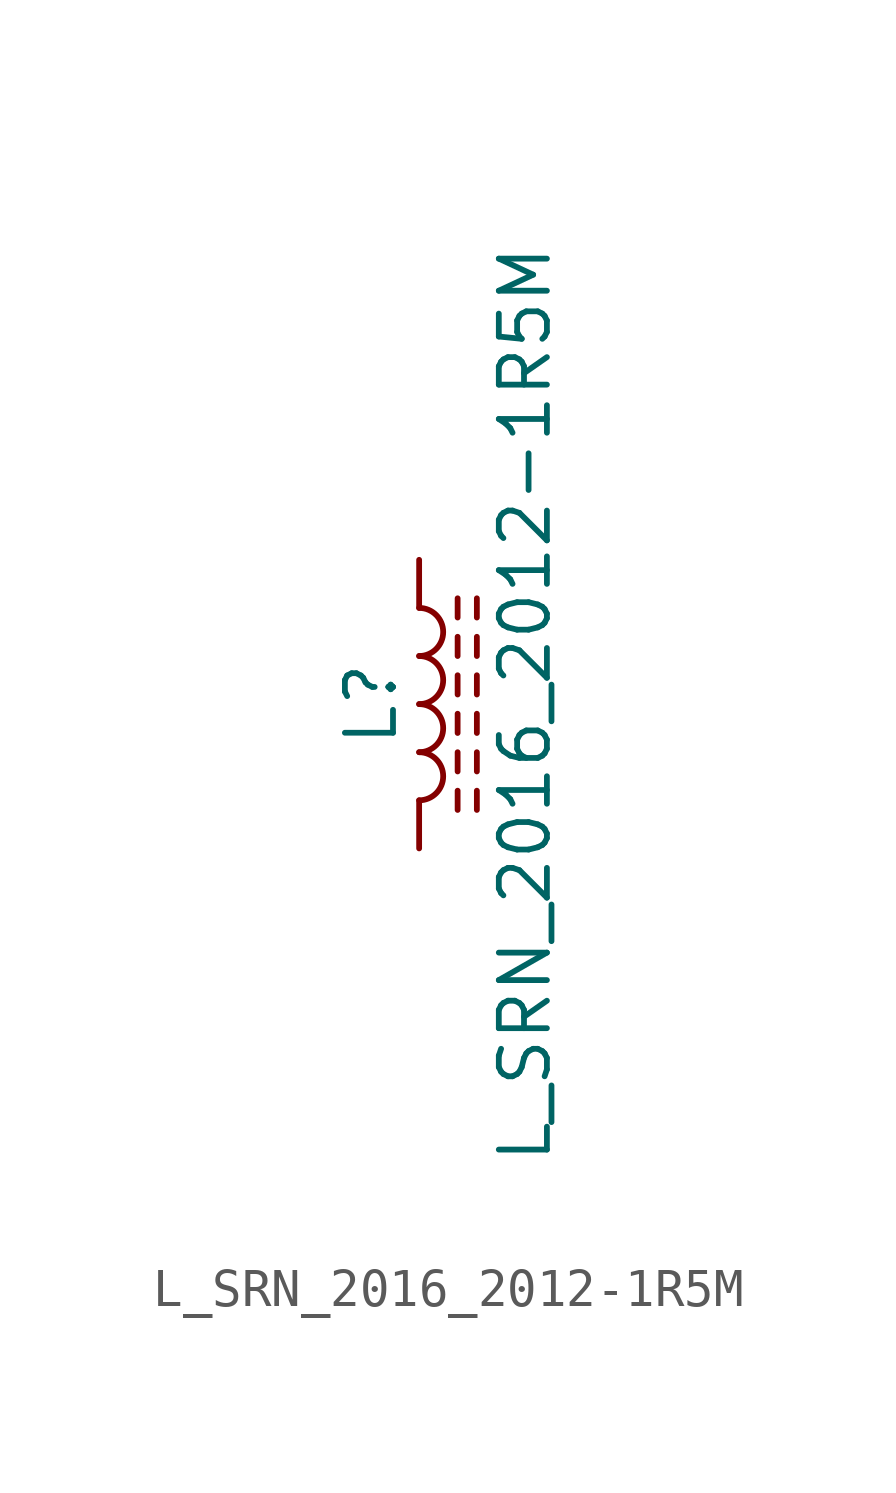
<source format=kicad_sym>
(kicad_symbol_lib
  (version 20211014)
  (generator kicad_symbol_editor)
  (symbol "L_SRN_2016_2012-1R5M"
    (pin_numbers hide)
    (pin_names
      (offset 1.016) hide)
    (property "Reference" "L"
      (at -1.27 0 90)
      (effects (font (size 1.27 1.27))))
    (property "Value" "L_SRN_2016_2012-1R5M"
      (at 2.794 0 90)
      (effects (font (size 1.27 1.27))))
    (symbol "L_SRN_2016_2012-1R5M_0_1"
      (arc (start 0 -2.54) (mid 0.635 -1.905) (end 0 -1.27) (stroke (width 0) (type default) (color 0 0 0 0)) (fill (type none)))
      (arc (start 0 -1.27) (mid 0.635 -0.635) (end 0 0) (stroke (width 0) (type default) (color 0 0 0 0)) (fill (type none)))
      (polyline (pts (xy 1.016 -2.794) (xy 1.016 -2.286)) (stroke (width 0) (type default) (color 0 0 0 0)) (fill (type none)))
      (polyline (pts (xy 1.016 -1.778) (xy 1.016 -1.27)) (stroke (width 0) (type default) (color 0 0 0 0)) (fill (type none)))
      (polyline (pts (xy 1.016 -0.762) (xy 1.016 -0.254)) (stroke (width 0) (type default) (color 0 0 0 0)) (fill (type none)))
      (polyline (pts (xy 1.016 0.254) (xy 1.016 0.762)) (stroke (width 0) (type default) (color 0 0 0 0)) (fill (type none)))
      (polyline (pts (xy 1.016 1.27) (xy 1.016 1.778)) (stroke (width 0) (type default) (color 0 0 0 0)) (fill (type none)))
      (polyline (pts (xy 1.016 2.286) (xy 1.016 2.794)) (stroke (width 0) (type default) (color 0 0 0 0)) (fill (type none)))
      (polyline (pts (xy 1.524 -2.286) (xy 1.524 -2.794)) (stroke (width 0) (type default) (color 0 0 0 0)) (fill (type none)))
      (polyline (pts (xy 1.524 -1.27) (xy 1.524 -1.778)) (stroke (width 0) (type default) (color 0 0 0 0)) (fill (type none)))
      (polyline (pts (xy 1.524 -0.254) (xy 1.524 -0.762)) (stroke (width 0) (type default) (color 0 0 0 0)) (fill (type none)))
      (polyline (pts (xy 1.524 0.762) (xy 1.524 0.254)) (stroke (width 0) (type default) (color 0 0 0 0)) (fill (type none)))
      (polyline (pts (xy 1.524 1.778) (xy 1.524 1.27)) (stroke (width 0) (type default) (color 0 0 0 0)) (fill (type none)))
      (polyline (pts (xy 1.524 2.794) (xy 1.524 2.286)) (stroke (width 0) (type default) (color 0 0 0 0)) (fill (type none)))
      (arc (start 0 0) (mid 0.635 0.635) (end 0 1.27) (stroke (width 0) (type default) (color 0 0 0 0)) (fill (type none)))
      (arc (start 0 1.27) (mid 0.635 1.905) (end 0 2.54) (stroke (width 0) (type default) (color 0 0 0 0)) (fill (type none))))
    (symbol "L_SRN_2016_2012-1R5M_1_1"
      (pin passive line (at 0 3.81 270) (length 1.27) (name "1" (effects (font (size 1.27 1.27)))) (number "1" (effects (font (size 1.27 1.27)))))
      (pin passive line (at 0 -3.81 90) (length 1.27) (name "2" (effects (font (size 1.27 1.27)))) (number "2" (effects (font (size 1.27 1.27))))))))
</source>
